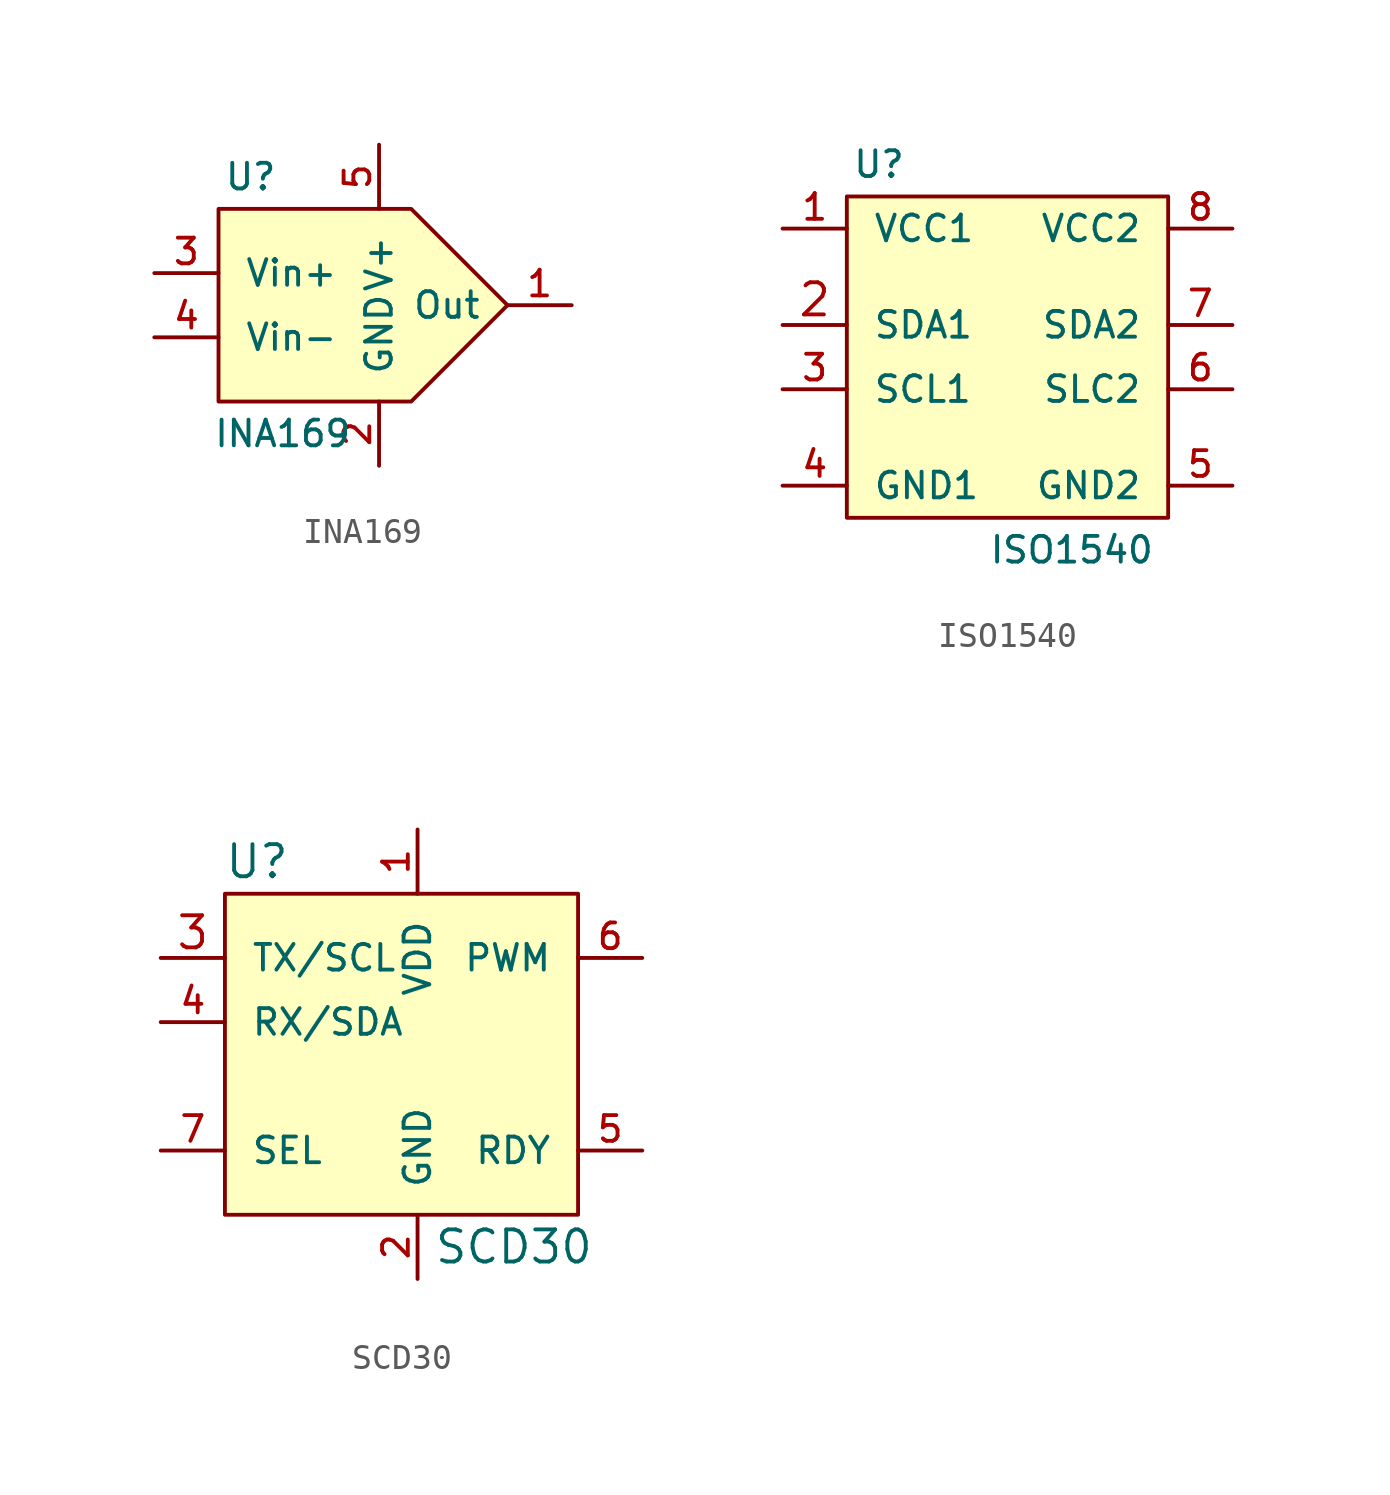
<source format=kicad_sym>
(kicad_symbol_lib
  (version 20211014)
  (generator kicad_symbol_editor)
  (symbol "INA169"
    (pin_names
      (offset 1.016))
    (property "Reference" "U"
      (at -3.81 5.08 0)
      (effects (font (size 1.016 1.016))))
    (property "Value" "INA169"
      (at -2.54 -5.08 0)
      (effects (font (size 1.016 1.016))))
    (property "Footprint" ""
      (at 0 0 0)
      (effects (font (size 1.524 1.524))))
    (property "Datasheet" ""
      (at 0 0 0)
      (effects (font (size 1.524 1.524))))
    (symbol "INA169_0_1"
      (polyline (pts (xy -5.08 3.81) (xy -5.08 -3.81) (xy 2.54 -3.81) (xy 6.35 0) (xy 2.54 3.81) (xy -5.08 3.81)) (stroke (width 0) (type default) (color 0 0 0 0)) (fill (type background))))
    (symbol "INA169_1_1"
      (pin output line (at 8.89 0 180) (length 2.54) (name "Out" (effects (font (size 1.016 1.016)))) (number "1" (effects (font (size 1.016 1.016)))))
      (pin power_in line (at 1.27 -6.35 90) (length 2.54) (name "GND" (effects (font (size 1.016 1.016)))) (number "2" (effects (font (size 1.016 1.016)))))
      (pin input line (at -7.62 1.27 0) (length 2.54) (name "Vin+" (effects (font (size 1.016 1.016)))) (number "3" (effects (font (size 1.016 1.016)))))
      (pin input line (at -7.62 -1.27 0) (length 2.54) (name "Vin-" (effects (font (size 1.016 1.016)))) (number "4" (effects (font (size 1.016 1.016)))))
      (pin power_in line (at 1.27 6.35 270) (length 2.54) (name "V+" (effects (font (size 1.016 1.016)))) (number "5" (effects (font (size 1.016 1.016)))))))
  (symbol "ISO1540"
    (pin_names
      (offset 1.016))
    (property "Reference" "U"
      (at -5.08 7.62 0)
      (effects (font (size 1.016 1.016))))
    (property "Value" "ISO1540"
      (at 2.54 -7.62 0)
      (effects (font (size 1.016 1.016))))
    (property "Footprint" ""
      (at 0 0 0)
      (effects (font (size 1.524 1.524))))
    (property "Datasheet" ""
      (at 0 0 0)
      (effects (font (size 1.524 1.524))))
    (symbol "ISO1540_0_1"
      (polyline (pts (xy -6.35 6.35) (xy 6.35 6.35) (xy 6.35 -6.35) (xy -6.35 -6.35) (xy -6.35 6.35)) (stroke (width 0) (type default) (color 0 0 0 0)) (fill (type background))))
    (symbol "ISO1540_1_1"
      (pin power_in line (at -8.89 5.08 0) (length 2.54) (name "VCC1" (effects (font (size 1.016 1.016)))) (number "1" (effects (font (size 1.016 1.016)))))
      (pin bidirectional line (at -8.89 1.27 0) (length 2.54) (name "SDA1" (effects (font (size 1.016 1.016)))) (number "2" (effects (font (size 1.27 1.27)))))
      (pin input line (at -8.89 -1.27 0) (length 2.54) (name "SCL1" (effects (font (size 1.016 1.016)))) (number "3" (effects (font (size 1.016 1.016)))))
      (pin power_in line (at -8.89 -5.08 0) (length 2.54) (name "GND1" (effects (font (size 1.016 1.016)))) (number "4" (effects (font (size 1.016 1.016)))))
      (pin power_in line (at 8.89 -5.08 180) (length 2.54) (name "GND2" (effects (font (size 1.016 1.016)))) (number "5" (effects (font (size 1.016 1.016)))))
      (pin output line (at 8.89 -1.27 180) (length 2.54) (name "SLC2" (effects (font (size 1.016 1.016)))) (number "6" (effects (font (size 1.016 1.016)))))
      (pin bidirectional line (at 8.89 1.27 180) (length 2.54) (name "SDA2" (effects (font (size 1.016 1.016)))) (number "7" (effects (font (size 1.016 1.016)))))
      (pin power_in line (at 8.89 5.08 180) (length 2.54) (name "VCC2" (effects (font (size 1.016 1.016)))) (number "8" (effects (font (size 1.016 1.016)))))))
  (symbol "SCD30"
    (pin_names
      (offset 1.016))
    (property "Reference" "U"
      (at -6.35 7.62 0)
      (effects (font (size 1.27 1.27))))
    (property "Value" "SCD30"
      (at 3.81 -7.62 0)
      (effects (font (size 1.27 1.27))))
    (symbol "SCD30_1_1"
      (polyline (pts (xy -7.62 6.35) (xy 6.35 6.35) (xy 6.35 -6.35) (xy -7.62 -6.35) (xy -7.62 6.35)) (stroke (width 0) (type default) (color 0 0 0 0)) (fill (type background)))
      (pin power_in line (at 0 8.89 270) (length 2.54) (name "VDD" (effects (font (size 1.016 1.016)))) (number "1" (effects (font (size 1.016 1.016)))))
      (pin power_in line (at 0 -8.89 90) (length 2.54) (name "GND" (effects (font (size 1.016 1.016)))) (number "2" (effects (font (size 1.016 1.016)))))
      (pin bidirectional line (at -10.16 3.81 0) (length 2.54) (name "TX/SCL" (effects (font (size 1.016 1.016)))) (number "3" (effects (font (size 1.27 1.27)))))
      (pin bidirectional line (at -10.16 1.27 0) (length 2.54) (name "RX/SDA" (effects (font (size 1.016 1.016)))) (number "4" (effects (font (size 1.016 1.016)))))
      (pin output line (at 8.89 -3.81 180) (length 2.54) (name "RDY" (effects (font (size 1.016 1.016)))) (number "5" (effects (font (size 1.016 1.016)))))
      (pin output line (at 8.89 3.81 180) (length 2.54) (name "PWM" (effects (font (size 1.016 1.016)))) (number "6" (effects (font (size 1.016 1.016)))))
      (pin input line (at -10.16 -3.81 0) (length 2.54) (name "SEL" (effects (font (size 1.016 1.016)))) (number "7" (effects (font (size 1.016 1.016))))))))
</source>
